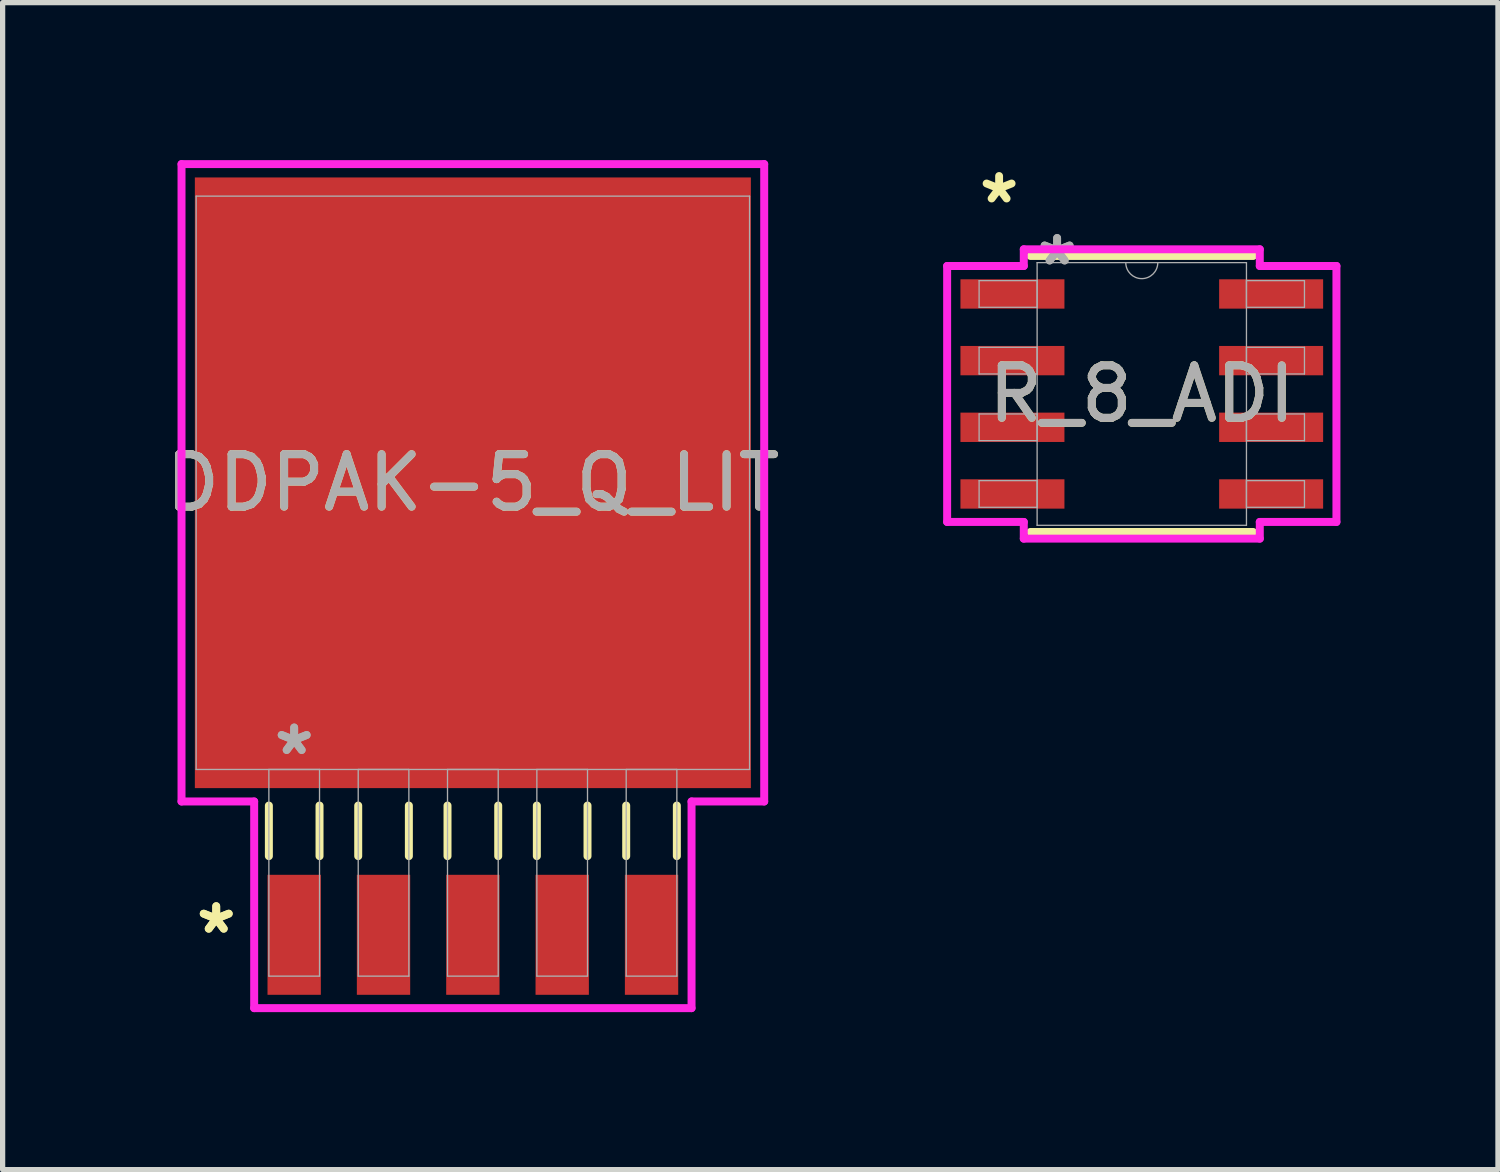
<source format=kicad_pcb>
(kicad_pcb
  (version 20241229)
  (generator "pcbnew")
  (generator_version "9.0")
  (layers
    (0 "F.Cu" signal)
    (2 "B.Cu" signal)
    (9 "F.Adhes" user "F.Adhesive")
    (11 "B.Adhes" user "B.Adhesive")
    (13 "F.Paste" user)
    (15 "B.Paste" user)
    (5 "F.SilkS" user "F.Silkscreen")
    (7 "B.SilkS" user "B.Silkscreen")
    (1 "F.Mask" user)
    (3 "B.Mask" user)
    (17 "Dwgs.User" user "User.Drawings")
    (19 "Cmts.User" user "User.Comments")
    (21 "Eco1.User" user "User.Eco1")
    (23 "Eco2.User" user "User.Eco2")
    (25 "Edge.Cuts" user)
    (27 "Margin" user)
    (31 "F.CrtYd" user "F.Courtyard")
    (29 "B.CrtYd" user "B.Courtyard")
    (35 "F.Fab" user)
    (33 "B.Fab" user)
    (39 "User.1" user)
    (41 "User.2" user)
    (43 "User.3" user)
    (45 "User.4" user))
  (footprint "DDPAK-5_Q_LIT"
    (layer "F.Cu")
    (at 5.958 6.147)
    (property "Reference" "DDPAK-5_Q_LIT" (at 0 0 0) (unlocked yes) (layer "F.SilkS") (effects (font (size 1 1) (thickness 0.15))))
    (attr smd)
    (fp_line (start -3.886 6.149) (end -3.886 7.112) (stroke (width 0.152) (type solid)) (layer "F.SilkS"))
    (fp_line (start -2.921 6.149) (end -2.921 7.112) (stroke (width 0.152) (type solid)) (layer "F.SilkS"))
    (fp_line (start -2.184 6.149) (end -2.184 7.112) (stroke (width 0.152) (type solid)) (layer "F.SilkS"))
    (fp_line (start -1.219 6.149) (end -1.219 7.112) (stroke (width 0.152) (type solid)) (layer "F.SilkS"))
    (fp_line (start -0.483 6.149) (end -0.483 7.112) (stroke (width 0.152) (type solid)) (layer "F.SilkS"))
    (fp_line (start 0.483 6.149) (end 0.483 7.112) (stroke (width 0.152) (type solid)) (layer "F.SilkS"))
    (fp_line (start 1.219 6.149) (end 1.219 7.112) (stroke (width 0.152) (type solid)) (layer "F.SilkS"))
    (fp_line (start 2.184 6.149) (end 2.184 7.112) (stroke (width 0.152) (type solid)) (layer "F.SilkS"))
    (fp_line (start 2.921 6.149) (end 2.921 7.112) (stroke (width 0.152) (type solid)) (layer "F.SilkS"))
    (fp_line (start 3.886 6.149) (end 3.886 7.112) (stroke (width 0.152) (type solid)) (layer "F.SilkS"))
    (fp_line (start -5.55 -6.071) (end 5.55 -6.071) (stroke (width 0.152) (type solid)) (layer "F.CrtYd"))
    (fp_line (start -5.55 6.071) (end -5.55 -6.071) (stroke (width 0.152) (type solid)) (layer "F.CrtYd"))
    (fp_line (start -4.166 6.071) (end -5.55 6.071) (stroke (width 0.152) (type solid)) (layer "F.CrtYd"))
    (fp_line (start -4.166 10.008) (end -4.166 6.071) (stroke (width 0.152) (type solid)) (layer "F.CrtYd"))
    (fp_line (start 4.166 6.071) (end 4.166 10.008) (stroke (width 0.152) (type solid)) (layer "F.CrtYd"))
    (fp_line (start 4.166 10.008) (end -4.166 10.008) (stroke (width 0.152) (type solid)) (layer "F.CrtYd"))
    (fp_line (start 5.55 -6.071) (end 5.55 6.071) (stroke (width 0.152) (type solid)) (layer "F.CrtYd"))
    (fp_line (start 5.55 6.071) (end 4.166 6.071) (stroke (width 0.152) (type solid)) (layer "F.CrtYd"))
    (fp_line (start -5.271 -5.461) (end -5.271 5.461) (stroke (width 0.025) (type solid)) (layer "F.Fab"))
    (fp_line (start -5.271 5.461) (end 5.271 5.461) (stroke (width 0.025) (type solid)) (layer "F.Fab"))
    (fp_line (start -3.886 5.461) (end -3.886 9.398) (stroke (width 0.025) (type solid)) (layer "F.Fab"))
    (fp_line (start -3.886 9.398) (end -2.921 9.398) (stroke (width 0.025) (type solid)) (layer "F.Fab"))
    (fp_line (start -2.921 5.461) (end -3.886 5.461) (stroke (width 0.025) (type solid)) (layer "F.Fab"))
    (fp_line (start -2.921 9.398) (end -2.921 5.461) (stroke (width 0.025) (type solid)) (layer "F.Fab"))
    (fp_line (start -2.184 5.461) (end -2.184 9.398) (stroke (width 0.025) (type solid)) (layer "F.Fab"))
    (fp_line (start -2.184 9.398) (end -1.219 9.398) (stroke (width 0.025) (type solid)) (layer "F.Fab"))
    (fp_line (start -1.219 5.461) (end -2.184 5.461) (stroke (width 0.025) (type solid)) (layer "F.Fab"))
    (fp_line (start -1.219 9.398) (end -1.219 5.461) (stroke (width 0.025) (type solid)) (layer "F.Fab"))
    (fp_line (start -0.483 5.461) (end -0.483 9.398) (stroke (width 0.025) (type solid)) (layer "F.Fab"))
    (fp_line (start -0.483 9.398) (end 0.483 9.398) (stroke (width 0.025) (type solid)) (layer "F.Fab"))
    (fp_line (start 0.483 5.461) (end -0.483 5.461) (stroke (width 0.025) (type solid)) (layer "F.Fab"))
    (fp_line (start 0.483 9.398) (end 0.483 5.461) (stroke (width 0.025) (type solid)) (layer "F.Fab"))
    (fp_line (start 1.219 5.461) (end 1.219 9.398) (stroke (width 0.025) (type solid)) (layer "F.Fab"))
    (fp_line (start 1.219 9.398) (end 2.184 9.398) (stroke (width 0.025) (type solid)) (layer "F.Fab"))
    (fp_line (start 2.184 5.461) (end 1.219 5.461) (stroke (width 0.025) (type solid)) (layer "F.Fab"))
    (fp_line (start 2.184 9.398) (end 2.184 5.461) (stroke (width 0.025) (type solid)) (layer "F.Fab"))
    (fp_line (start 2.921 5.461) (end 2.921 9.398) (stroke (width 0.025) (type solid)) (layer "F.Fab"))
    (fp_line (start 2.921 9.398) (end 3.886 9.398) (stroke (width 0.025) (type solid)) (layer "F.Fab"))
    (fp_line (start 3.886 5.461) (end 2.921 5.461) (stroke (width 0.025) (type solid)) (layer "F.Fab"))
    (fp_line (start 3.886 9.398) (end 3.886 5.461) (stroke (width 0.025) (type solid)) (layer "F.Fab"))
    (fp_line (start 5.271 -5.461) (end -5.271 -5.461) (stroke (width 0.025) (type solid)) (layer "F.Fab"))
    (fp_line (start 5.271 5.461) (end 5.271 -5.461) (stroke (width 0.025) (type solid)) (layer "F.Fab"))
    (fp_text user "*" (at -4.889 8.611 0) (unlocked yes) (layer "F.SilkS") (effects (font (size 1 1) (thickness 0.15))))
    (fp_text user "*" (at -4.889 8.611 0) (layer "F.SilkS") (effects (font (size 1 1) (thickness 0.15))))
    (fp_text user "*" (at -3.404 5.207 0) (unlocked yes) (layer "F.Fab") (effects (font (size 1 1) (thickness 0.15))))
    (fp_text user "*" (at -3.404 5.207 0) (layer "F.Fab") (effects (font (size 1 1) (thickness 0.15))))
    (fp_text user "${REFERENCE}" (at 0 0 0) (unlocked yes) (layer "F.Fab") (effects (font (size 1 1) (thickness 0.15))))
    (pad "1" smd rect (at -3.404 8.611) (size 1.016 2.286) (layers "F.Cu" "F.Mask" "F.Paste"))
    (pad "2" smd rect (at -1.702 8.611) (size 1.016 2.286) (layers "F.Cu" "F.Mask" "F.Paste"))
    (pad "3" smd rect (at 0 8.611) (size 1.016 2.286) (layers "F.Cu" "F.Mask" "F.Paste"))
    (pad "4" smd rect (at 1.702 8.611) (size 1.016 2.286) (layers "F.Cu" "F.Mask" "F.Paste"))
    (pad "5" smd rect (at 3.404 8.611) (size 1.016 2.286) (layers "F.Cu" "F.Mask" "F.Paste"))
    (pad "6" smd rect (at 0 0) (size 10.592 11.633) (layers "F.Cu" "F.Mask" "F.Paste")))
  (footprint "R_8_ADI"
    (layer "F.Cu")
    (at 18.701 4.455)
    (property "Reference" "R_8_ADI" (at 0 0 0) (unlocked yes) (layer "F.SilkS") (effects (font (size 1 1) (thickness 0.15))))
    (attr smd)
    (fp_line (start -2.121 2.629) (end 2.121 2.629) (stroke (width 0.152) (type solid)) (layer "F.SilkS"))
    (fp_line (start 2.121 -2.629) (end -2.121 -2.629) (stroke (width 0.152) (type solid)) (layer "F.SilkS"))
    (fp_line (start -3.708 -2.438) (end -2.248 -2.438) (stroke (width 0.152) (type solid)) (layer "F.CrtYd"))
    (fp_line (start -3.708 2.438) (end -3.708 -2.438) (stroke (width 0.152) (type solid)) (layer "F.CrtYd"))
    (fp_line (start -3.708 2.438) (end -2.248 2.438) (stroke (width 0.152) (type solid)) (layer "F.CrtYd"))
    (fp_line (start -2.248 -2.756) (end 2.248 -2.756) (stroke (width 0.152) (type solid)) (layer "F.CrtYd"))
    (fp_line (start -2.248 -2.438) (end -2.248 -2.756) (stroke (width 0.152) (type solid)) (layer "F.CrtYd"))
    (fp_line (start -2.248 2.756) (end -2.248 2.438) (stroke (width 0.152) (type solid)) (layer "F.CrtYd"))
    (fp_line (start 2.248 -2.756) (end 2.248 -2.438) (stroke (width 0.152) (type solid)) (layer "F.CrtYd"))
    (fp_line (start 2.248 2.438) (end 2.248 2.756) (stroke (width 0.152) (type solid)) (layer "F.CrtYd"))
    (fp_line (start 2.248 2.756) (end -2.248 2.756) (stroke (width 0.152) (type solid)) (layer "F.CrtYd"))
    (fp_line (start 3.708 -2.438) (end 2.248 -2.438) (stroke (width 0.152) (type solid)) (layer "F.CrtYd"))
    (fp_line (start 3.708 -2.438) (end 3.708 2.438) (stroke (width 0.152) (type solid)) (layer "F.CrtYd"))
    (fp_line (start 3.708 2.438) (end 2.248 2.438) (stroke (width 0.152) (type solid)) (layer "F.CrtYd"))
    (fp_line (start -3.099 -2.159) (end -3.099 -1.651) (stroke (width 0.025) (type solid)) (layer "F.Fab"))
    (fp_line (start -3.099 -1.651) (end -1.994 -1.651) (stroke (width 0.025) (type solid)) (layer "F.Fab"))
    (fp_line (start -3.099 -0.889) (end -3.099 -0.381) (stroke (width 0.025) (type solid)) (layer "F.Fab"))
    (fp_line (start -3.099 -0.381) (end -1.994 -0.381) (stroke (width 0.025) (type solid)) (layer "F.Fab"))
    (fp_line (start -3.099 0.381) (end -3.099 0.889) (stroke (width 0.025) (type solid)) (layer "F.Fab"))
    (fp_line (start -3.099 0.889) (end -1.994 0.889) (stroke (width 0.025) (type solid)) (layer "F.Fab"))
    (fp_line (start -3.099 1.651) (end -3.099 2.159) (stroke (width 0.025) (type solid)) (layer "F.Fab"))
    (fp_line (start -3.099 2.159) (end -1.994 2.159) (stroke (width 0.025) (type solid)) (layer "F.Fab"))
    (fp_line (start -1.994 -2.502) (end -1.994 2.502) (stroke (width 0.025) (type solid)) (layer "F.Fab"))
    (fp_line (start -1.994 -2.159) (end -3.099 -2.159) (stroke (width 0.025) (type solid)) (layer "F.Fab"))
    (fp_line (start -1.994 -1.651) (end -1.994 -2.159) (stroke (width 0.025) (type solid)) (layer "F.Fab"))
    (fp_line (start -1.994 -0.889) (end -3.099 -0.889) (stroke (width 0.025) (type solid)) (layer "F.Fab"))
    (fp_line (start -1.994 -0.381) (end -1.994 -0.889) (stroke (width 0.025) (type solid)) (layer "F.Fab"))
    (fp_line (start -1.994 0.381) (end -3.099 0.381) (stroke (width 0.025) (type solid)) (layer "F.Fab"))
    (fp_line (start -1.994 0.889) (end -1.994 0.381) (stroke (width 0.025) (type solid)) (layer "F.Fab"))
    (fp_line (start -1.994 1.651) (end -3.099 1.651) (stroke (width 0.025) (type solid)) (layer "F.Fab"))
    (fp_line (start -1.994 2.159) (end -1.994 1.651) (stroke (width 0.025) (type solid)) (layer "F.Fab"))
    (fp_line (start -1.994 2.502) (end 1.994 2.502) (stroke (width 0.025) (type solid)) (layer "F.Fab"))
    (fp_line (start 1.994 -2.502) (end -1.994 -2.502) (stroke (width 0.025) (type solid)) (layer "F.Fab"))
    (fp_line (start 1.994 -2.159) (end 1.994 -1.651) (stroke (width 0.025) (type solid)) (layer "F.Fab"))
    (fp_line (start 1.994 -1.651) (end 3.099 -1.651) (stroke (width 0.025) (type solid)) (layer "F.Fab"))
    (fp_line (start 1.994 -0.889) (end 1.994 -0.381) (stroke (width 0.025) (type solid)) (layer "F.Fab"))
    (fp_line (start 1.994 -0.381) (end 3.099 -0.381) (stroke (width 0.025) (type solid)) (layer "F.Fab"))
    (fp_line (start 1.994 0.381) (end 1.994 0.889) (stroke (width 0.025) (type solid)) (layer "F.Fab"))
    (fp_line (start 1.994 0.889) (end 3.099 0.889) (stroke (width 0.025) (type solid)) (layer "F.Fab"))
    (fp_line (start 1.994 1.651) (end 1.994 2.159) (stroke (width 0.025) (type solid)) (layer "F.Fab"))
    (fp_line (start 1.994 2.159) (end 3.099 2.159) (stroke (width 0.025) (type solid)) (layer "F.Fab"))
    (fp_line (start 1.994 2.502) (end 1.994 -2.502) (stroke (width 0.025) (type solid)) (layer "F.Fab"))
    (fp_line (start 3.099 -2.159) (end 1.994 -2.159) (stroke (width 0.025) (type solid)) (layer "F.Fab"))
    (fp_line (start 3.099 -1.651) (end 3.099 -2.159) (stroke (width 0.025) (type solid)) (layer "F.Fab"))
    (fp_line (start 3.099 -0.889) (end 1.994 -0.889) (stroke (width 0.025) (type solid)) (layer "F.Fab"))
    (fp_line (start 3.099 -0.381) (end 3.099 -0.889) (stroke (width 0.025) (type solid)) (layer "F.Fab"))
    (fp_line (start 3.099 0.381) (end 1.994 0.381) (stroke (width 0.025) (type solid)) (layer "F.Fab"))
    (fp_line (start 3.099 0.889) (end 3.099 0.381) (stroke (width 0.025) (type solid)) (layer "F.Fab"))
    (fp_line (start 3.099 1.651) (end 1.994 1.651) (stroke (width 0.025) (type solid)) (layer "F.Fab"))
    (fp_line (start 3.099 2.159) (end 3.099 1.651) (stroke (width 0.025) (type solid)) (layer "F.Fab"))
    (fp_arc (start 0.3048 -2.5019) (mid 0 -2.1971) (end -0.3048 -2.5019) (stroke (width 0.0254) (type solid)) (layer "F.Fab"))
    (fp_text user "*" (at -2.718 -3.607 0) (unlocked yes) (layer "F.SilkS") (effects (font (size 1 1) (thickness 0.15))))
    (fp_text user "*" (at -1.613 -2.426 0) (layer "F.Fab") (effects (font (size 1 1) (thickness 0.15))))
    (fp_text user "${REFERENCE}" (at 0 0 0) (unlocked yes) (layer "F.Fab") (effects (font (size 1 1) (thickness 0.15))))
    (fp_text user "*" (at -1.613 -2.426 0) (unlocked yes) (layer "F.Fab") (effects (font (size 1 1) (thickness 0.15))))
    (pad "1" smd rect (at -2.464 -1.905) (size 1.981 0.559) (layers "F.Cu" "F.Mask" "F.Paste"))
    (pad "2" smd rect (at -2.464 -0.635) (size 1.981 0.559) (layers "F.Cu" "F.Mask" "F.Paste"))
    (pad "3" smd rect (at -2.464 0.635) (size 1.981 0.559) (layers "F.Cu" "F.Mask" "F.Paste"))
    (pad "4" smd rect (at -2.464 1.905) (size 1.981 0.559) (layers "F.Cu" "F.Mask" "F.Paste"))
    (pad "5" smd rect (at 2.464 1.905) (size 1.981 0.559) (layers "F.Cu" "F.Mask" "F.Paste"))
    (pad "6" smd rect (at 2.464 0.635) (size 1.981 0.559) (layers "F.Cu" "F.Mask" "F.Paste"))
    (pad "7" smd rect (at 2.464 -0.635) (size 1.981 0.559) (layers "F.Cu" "F.Mask" "F.Paste"))
    (pad "8" smd rect (at 2.464 -1.905) (size 1.981 0.559) (layers "F.Cu" "F.Mask" "F.Paste")))
  (gr_rect
    (start -3 -3)
    (end 25.486 19.231)
    (stroke (width 0.1) (type default))
    (fill no)
    (layer "Edge.Cuts")))
</source>
